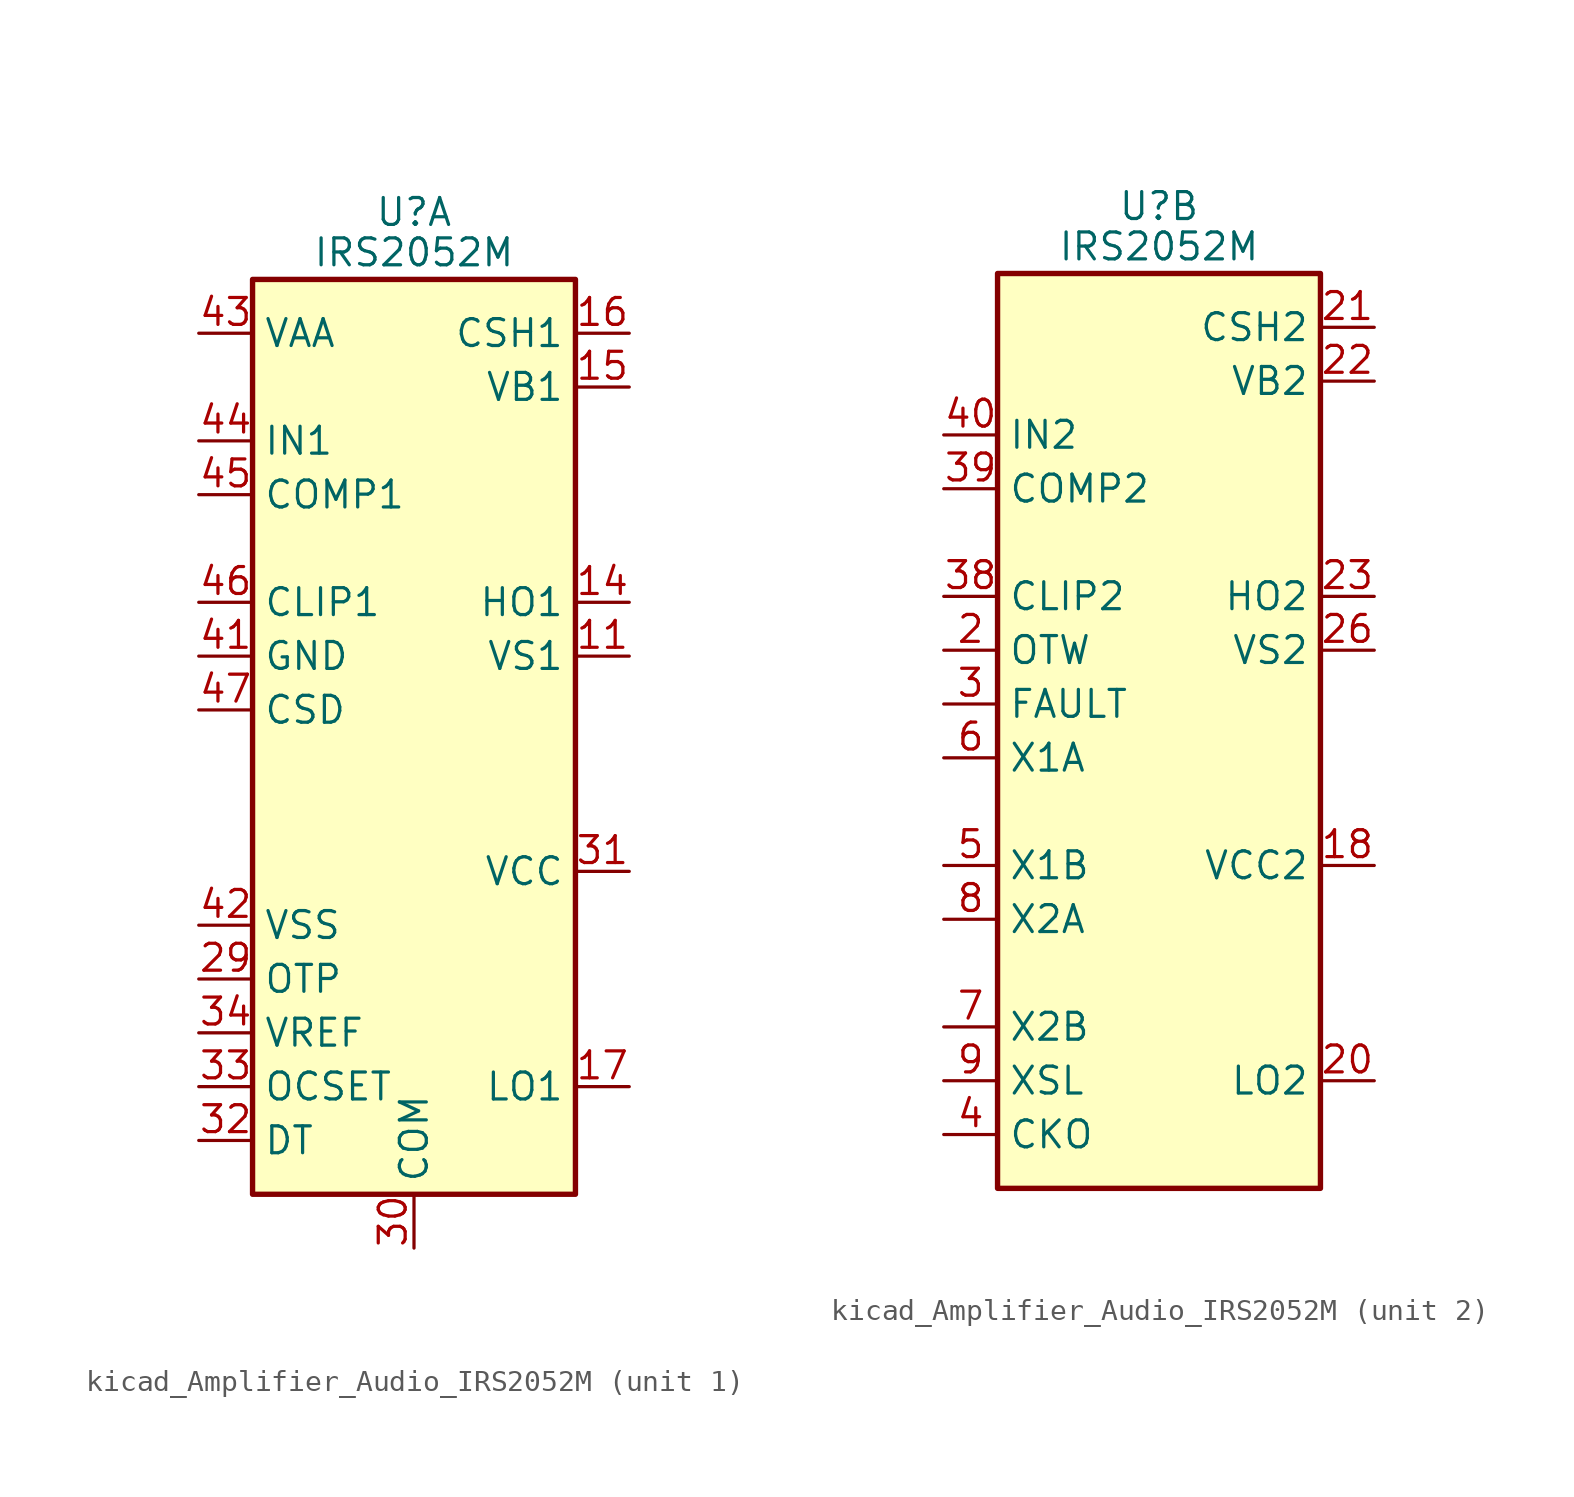
<source format=kicad_sym>
(kicad_symbol_lib
  (version 20220914)
  (generator kicad_symbol_editor)
  (symbol "kicad_Amplifier_Audio_IRS2052M"
    (property "Reference" "U"
      (at 0 26.035 0)
      (effects (font (size 1.27 1.27))))
    (property "Value" "IRS2052M"
      (at 0 24.13 0)
      (effects (font (size 1.27 1.27))))
    (property "ki_locked" ""
      (at 0 0 0)
      (effects (font (size 1.27 1.27))))
    (symbol "kicad_Amplifier_Audio_IRS2052M_0_1"
      (rectangle (start -7.62 -20.32) (end 7.62 22.86) (stroke (width 0.254) (type default)) (fill (type background))))
    (symbol "kicad_Amplifier_Audio_IRS2052M_1_1"
      (pin no_connect line (at -7.62 17.78 0) (length 2.54) hide (name "NC" (effects (font (size 1.27 1.27)))) (number "1" (effects (font (size 1.27 1.27)))))
      (pin no_connect line (at -7.62 10.16 0) (length 2.54) hide (name "NC" (effects (font (size 1.27 1.27)))) (number "10" (effects (font (size 1.27 1.27)))))
      (pin passive line (at 10.16 5.08 180) (length 2.54) (name "VS1" (effects (font (size 1.27 1.27)))) (number "11" (effects (font (size 1.27 1.27)))))
      (pin no_connect line (at -7.62 0 0) (length 2.54) hide (name "NC" (effects (font (size 1.27 1.27)))) (number "12" (effects (font (size 1.27 1.27)))))
      (pin no_connect line (at -7.62 -2.54 0) (length 2.54) hide (name "NC" (effects (font (size 1.27 1.27)))) (number "13" (effects (font (size 1.27 1.27)))))
      (pin output line (at 10.16 7.62 180) (length 2.54) (name "HO1" (effects (font (size 1.27 1.27)))) (number "14" (effects (font (size 1.27 1.27)))))
      (pin power_in line (at 10.16 17.78 180) (length 2.54) (name "VB1" (effects (font (size 1.27 1.27)))) (number "15" (effects (font (size 1.27 1.27)))))
      (pin passive line (at 10.16 20.32 180) (length 2.54) (name "CSH1" (effects (font (size 1.27 1.27)))) (number "16" (effects (font (size 1.27 1.27)))))
      (pin output line (at 10.16 -15.24 180) (length 2.54) (name "LO1" (effects (font (size 1.27 1.27)))) (number "17" (effects (font (size 1.27 1.27)))))
      (pin passive line (at 0 -22.86 90) (length 2.54) hide (name "COM" (effects (font (size 1.27 1.27)))) (number "19" (effects (font (size 1.27 1.27)))))
      (pin no_connect line (at -7.62 -5.08 0) (length 2.54) hide (name "NC" (effects (font (size 1.27 1.27)))) (number "24" (effects (font (size 1.27 1.27)))))
      (pin no_connect line (at 7.62 15.24 180) (length 2.54) hide (name "NC" (effects (font (size 1.27 1.27)))) (number "25" (effects (font (size 1.27 1.27)))))
      (pin no_connect line (at 7.62 12.7 180) (length 2.54) hide (name "NC" (effects (font (size 1.27 1.27)))) (number "27" (effects (font (size 1.27 1.27)))))
      (pin no_connect line (at 7.62 10.16 180) (length 2.54) hide (name "NC" (effects (font (size 1.27 1.27)))) (number "28" (effects (font (size 1.27 1.27)))))
      (pin passive line (at -10.16 -10.16 0) (length 2.54) (name "OTP" (effects (font (size 1.27 1.27)))) (number "29" (effects (font (size 1.27 1.27)))))
      (pin power_in line (at 0 -22.86 90) (length 2.54) (name "COM" (effects (font (size 1.27 1.27)))) (number "30" (effects (font (size 1.27 1.27)))))
      (pin power_in line (at 10.16 -5.08 180) (length 2.54) (name "VCC" (effects (font (size 1.27 1.27)))) (number "31" (effects (font (size 1.27 1.27)))))
      (pin passive line (at -10.16 -17.78 0) (length 2.54) (name "DT" (effects (font (size 1.27 1.27)))) (number "32" (effects (font (size 1.27 1.27)))))
      (pin passive line (at -10.16 -15.24 0) (length 2.54) (name "OCSET" (effects (font (size 1.27 1.27)))) (number "33" (effects (font (size 1.27 1.27)))))
      (pin power_out line (at -10.16 -12.7 0) (length 2.54) (name "VREF" (effects (font (size 1.27 1.27)))) (number "34" (effects (font (size 1.27 1.27)))))
      (pin no_connect line (at 7.62 2.54 180) (length 2.54) hide (name "NC" (effects (font (size 1.27 1.27)))) (number "35" (effects (font (size 1.27 1.27)))))
      (pin no_connect line (at 7.62 0 180) (length 2.54) hide (name "NC" (effects (font (size 1.27 1.27)))) (number "36" (effects (font (size 1.27 1.27)))))
      (pin no_connect line (at 7.62 -2.54 180) (length 2.54) hide (name "NC" (effects (font (size 1.27 1.27)))) (number "37" (effects (font (size 1.27 1.27)))))
      (pin power_in line (at -10.16 5.08 0) (length 2.54) (name "GND" (effects (font (size 1.27 1.27)))) (number "41" (effects (font (size 1.27 1.27)))))
      (pin power_in line (at -10.16 -7.62 0) (length 2.54) (name "VSS" (effects (font (size 1.27 1.27)))) (number "42" (effects (font (size 1.27 1.27)))))
      (pin power_in line (at -10.16 20.32 0) (length 2.54) (name "VAA" (effects (font (size 1.27 1.27)))) (number "43" (effects (font (size 1.27 1.27)))))
      (pin input line (at -10.16 15.24 0) (length 2.54) (name "IN1" (effects (font (size 1.27 1.27)))) (number "44" (effects (font (size 1.27 1.27)))))
      (pin output line (at -10.16 12.7 0) (length 2.54) (name "COMP1" (effects (font (size 1.27 1.27)))) (number "45" (effects (font (size 1.27 1.27)))))
      (pin open_collector line (at -10.16 7.62 0) (length 2.54) (name "CLIP1" (effects (font (size 1.27 1.27)))) (number "46" (effects (font (size 1.27 1.27)))))
      (pin passive line (at -10.16 2.54 0) (length 2.54) (name "CSD" (effects (font (size 1.27 1.27)))) (number "47" (effects (font (size 1.27 1.27)))))
      (pin no_connect line (at 7.62 -7.62 180) (length 2.54) hide (name "NC" (effects (font (size 1.27 1.27)))) (number "48" (effects (font (size 1.27 1.27)))))
      (pin passive line (at 0 -22.86 90) (length 2.54) hide (name "COM" (effects (font (size 1.27 1.27)))) (number "49" (effects (font (size 1.27 1.27))))))
    (symbol "kicad_Amplifier_Audio_IRS2052M_2_1"
      (pin power_in line (at 10.16 -5.08 180) (length 2.54) (name "VCC2" (effects (font (size 1.27 1.27)))) (number "18" (effects (font (size 1.27 1.27)))))
      (pin open_collector line (at -10.16 5.08 0) (length 2.54) (name "OTW" (effects (font (size 1.27 1.27)))) (number "2" (effects (font (size 1.27 1.27)))))
      (pin output line (at 10.16 -15.24 180) (length 2.54) (name "LO2" (effects (font (size 1.27 1.27)))) (number "20" (effects (font (size 1.27 1.27)))))
      (pin passive line (at 10.16 20.32 180) (length 2.54) (name "CSH2" (effects (font (size 1.27 1.27)))) (number "21" (effects (font (size 1.27 1.27)))))
      (pin power_in line (at 10.16 17.78 180) (length 2.54) (name "VB2" (effects (font (size 1.27 1.27)))) (number "22" (effects (font (size 1.27 1.27)))))
      (pin output line (at 10.16 7.62 180) (length 2.54) (name "HO2" (effects (font (size 1.27 1.27)))) (number "23" (effects (font (size 1.27 1.27)))))
      (pin passive line (at 10.16 5.08 180) (length 2.54) (name "VS2" (effects (font (size 1.27 1.27)))) (number "26" (effects (font (size 1.27 1.27)))))
      (pin open_collector line (at -10.16 2.54 0) (length 2.54) (name "FAULT" (effects (font (size 1.27 1.27)))) (number "3" (effects (font (size 1.27 1.27)))))
      (pin open_collector line (at -10.16 7.62 0) (length 2.54) (name "CLIP2" (effects (font (size 1.27 1.27)))) (number "38" (effects (font (size 1.27 1.27)))))
      (pin output line (at -10.16 12.7 0) (length 2.54) (name "COMP2" (effects (font (size 1.27 1.27)))) (number "39" (effects (font (size 1.27 1.27)))))
      (pin output line (at -10.16 -17.78 0) (length 2.54) (name "CKO" (effects (font (size 1.27 1.27)))) (number "4" (effects (font (size 1.27 1.27)))))
      (pin input line (at -10.16 15.24 0) (length 2.54) (name "IN2" (effects (font (size 1.27 1.27)))) (number "40" (effects (font (size 1.27 1.27)))))
      (pin output line (at -10.16 -5.08 0) (length 2.54) (name "X1B" (effects (font (size 1.27 1.27)))) (number "5" (effects (font (size 1.27 1.27)))))
      (pin input line (at -10.16 0 0) (length 2.54) (name "X1A" (effects (font (size 1.27 1.27)))) (number "6" (effects (font (size 1.27 1.27)))))
      (pin output line (at -10.16 -12.7 0) (length 2.54) (name "X2B" (effects (font (size 1.27 1.27)))) (number "7" (effects (font (size 1.27 1.27)))))
      (pin input line (at -10.16 -7.62 0) (length 2.54) (name "X2A" (effects (font (size 1.27 1.27)))) (number "8" (effects (font (size 1.27 1.27)))))
      (pin input line (at -10.16 -15.24 0) (length 2.54) (name "XSL" (effects (font (size 1.27 1.27)))) (number "9" (effects (font (size 1.27 1.27))))))))
</source>
